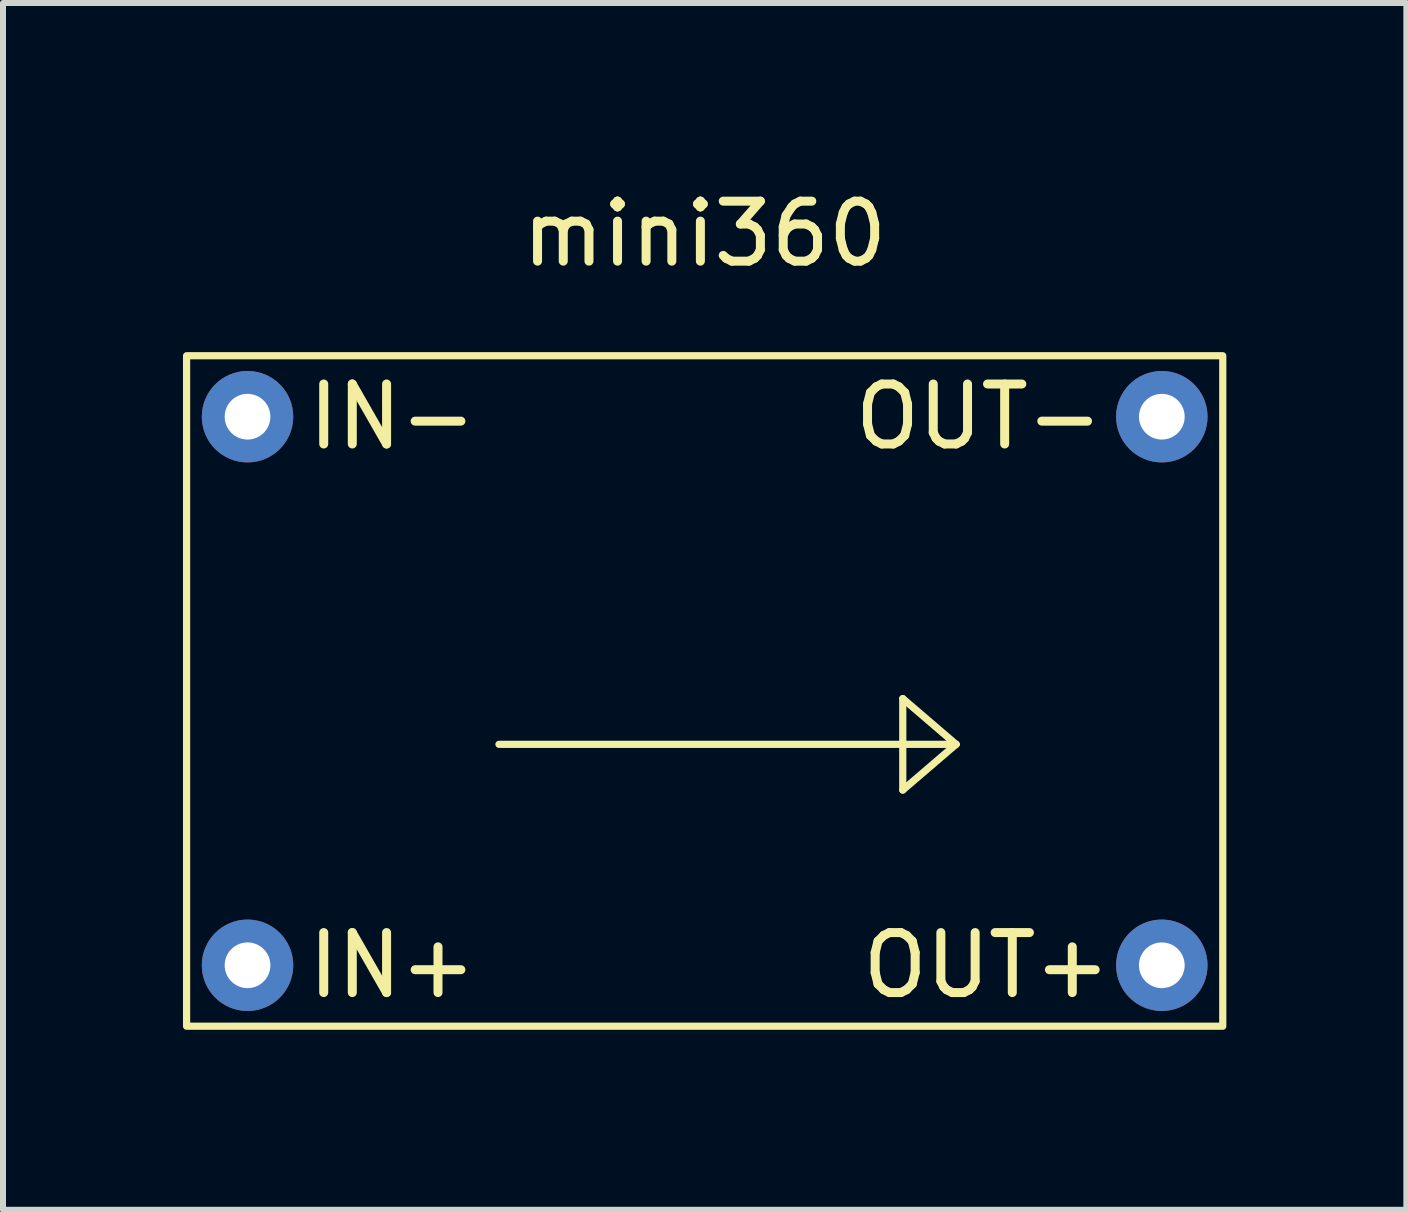
<source format=kicad_pcb>
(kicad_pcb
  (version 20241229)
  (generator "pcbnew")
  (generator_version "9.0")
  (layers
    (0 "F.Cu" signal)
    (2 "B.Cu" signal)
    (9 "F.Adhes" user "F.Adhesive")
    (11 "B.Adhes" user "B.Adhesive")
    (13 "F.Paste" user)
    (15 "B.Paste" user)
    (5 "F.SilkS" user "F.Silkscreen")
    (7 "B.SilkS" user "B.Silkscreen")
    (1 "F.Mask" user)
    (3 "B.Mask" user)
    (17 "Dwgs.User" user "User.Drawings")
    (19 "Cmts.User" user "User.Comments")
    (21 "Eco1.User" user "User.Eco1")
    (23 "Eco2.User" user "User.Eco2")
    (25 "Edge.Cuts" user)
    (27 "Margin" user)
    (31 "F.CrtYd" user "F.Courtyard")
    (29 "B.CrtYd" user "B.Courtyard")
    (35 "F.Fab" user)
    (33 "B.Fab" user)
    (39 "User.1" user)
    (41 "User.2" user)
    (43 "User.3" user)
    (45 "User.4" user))
  (footprint "mini360"
    (layer "F.Cu")
    (at 8.696 8.468)
    (property "Reference" "mini360" (at 0 -7.62 0) (unlocked yes) (layer "F.SilkS") (effects (font (size 1 1) (thickness 0.15))))
    (attr through_hole)
    (fp_line (start -3.429 0.889) (end 4.191 0.889) (stroke (width 0.12) (type solid)) (layer "F.SilkS"))
    (fp_line (start 3.302 0.127) (end 3.302 1.651) (stroke (width 0.12) (type solid)) (layer "F.SilkS"))
    (fp_line (start 3.302 1.651) (end 4.191 0.889) (stroke (width 0.12) (type solid)) (layer "F.SilkS"))
    (fp_line (start 4.191 0.889) (end 3.302 0.127) (stroke (width 0.12) (type solid)) (layer "F.SilkS"))
    (fp_rect (start -8.636 -5.588) (end 8.636 5.588) (stroke (width 0.12) (type solid)) (fill no) (layer "F.SilkS"))
    (fp_text user "OUT+" (at 4.699 4.572 0) (unlocked yes) (layer "F.SilkS") (effects (font (size 1 1) (thickness 0.15))))
    (fp_text user "IN-" (at -5.207 -4.572 0) (unlocked yes) (layer "F.SilkS") (effects (font (size 1 1) (thickness 0.15))))
    (fp_text user "IN+" (at -5.207 4.572 0) (unlocked yes) (layer "F.SilkS") (effects (font (size 1 1) (thickness 0.15))))
    (fp_text user "OUT-" (at 4.572 -4.572 0) (unlocked yes) (layer "F.SilkS") (effects (font (size 1 1) (thickness 0.15))))
    (pad "1" thru_hole circle (at -7.62 4.572) (size 1.524 1.524) (drill 0.762) (layers "*.Cu" "*.Mask"))
    (pad "2" thru_hole circle (at -7.62 -4.572) (size 1.524 1.524) (drill 0.762) (layers "*.Cu" "*.Mask"))
    (pad "3" thru_hole circle (at 7.62 4.572) (size 1.524 1.524) (drill 0.762) (layers "*.Cu" "*.Mask"))
    (pad "4" thru_hole circle (at 7.62 -4.572) (size 1.524 1.524) (drill 0.762) (layers "*.Cu" "*.Mask")))
  (gr_rect
    (start -3 -3)
    (end 20.392 17.116)
    (stroke (width 0.1) (type default))
    (fill no)
    (layer "Edge.Cuts")))
</source>
